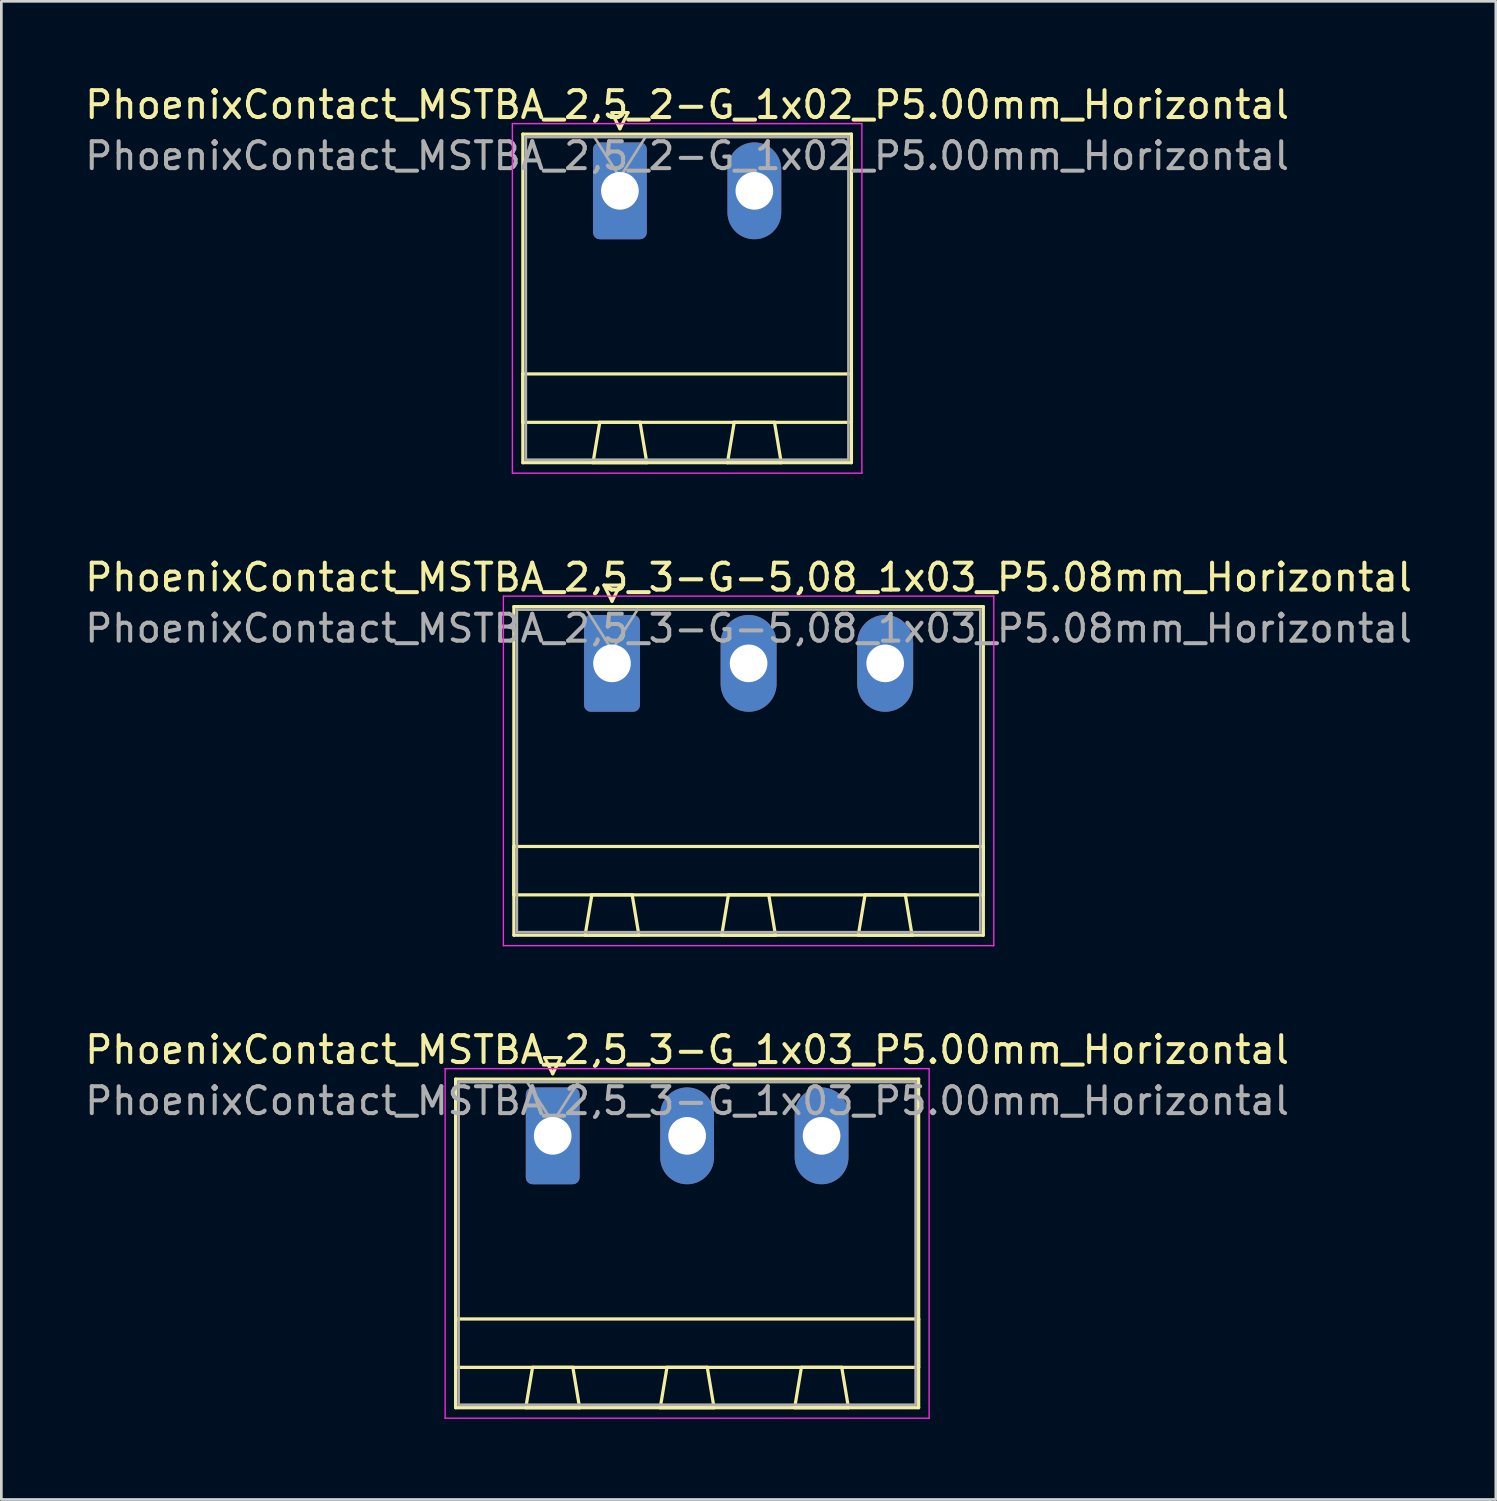
<source format=kicad_pcb>
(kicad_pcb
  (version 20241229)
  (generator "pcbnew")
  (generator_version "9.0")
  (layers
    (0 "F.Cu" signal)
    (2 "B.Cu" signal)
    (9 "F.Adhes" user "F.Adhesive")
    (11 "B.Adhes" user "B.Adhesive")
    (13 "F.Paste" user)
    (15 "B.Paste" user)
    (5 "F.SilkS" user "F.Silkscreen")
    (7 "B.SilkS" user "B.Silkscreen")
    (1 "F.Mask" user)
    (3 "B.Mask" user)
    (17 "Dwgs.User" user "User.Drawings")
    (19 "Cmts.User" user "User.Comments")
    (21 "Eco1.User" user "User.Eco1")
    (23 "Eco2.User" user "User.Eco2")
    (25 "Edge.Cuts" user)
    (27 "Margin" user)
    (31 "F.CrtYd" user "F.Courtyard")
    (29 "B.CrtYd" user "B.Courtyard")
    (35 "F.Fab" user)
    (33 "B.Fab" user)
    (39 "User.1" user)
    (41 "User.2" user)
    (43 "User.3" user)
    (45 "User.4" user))
  (footprint "PhoenixContact_MSTBA_2,5_3-G_1x03_P5.00mm_Horizontal"
    (layer "F.Cu")
    (at 17.506 39.195)
    (property "Reference" "PhoenixContact_MSTBA_2,5_3-G_1x03_P5.00mm_Horizontal" (at 5 -3.2 0) (layer "F.SilkS") (effects (font (size 1 1) (thickness 0.15))))
    (attr through_hole)
    (fp_line (start -3.61 -2.11) (end -3.61 10.11) (stroke (width 0.12) (type solid)) (layer "F.SilkS"))
    (fp_line (start -3.61 6.81) (end 13.61 6.81) (stroke (width 0.12) (type solid)) (layer "F.SilkS"))
    (fp_line (start -3.61 8.61) (end -3.61 6.81) (stroke (width 0.12) (type solid)) (layer "F.SilkS"))
    (fp_line (start -3.61 10.11) (end 13.61 10.11) (stroke (width 0.12) (type solid)) (layer "F.SilkS"))
    (fp_line (start -1 10.11) (end 1 10.11) (stroke (width 0.12) (type solid)) (layer "F.SilkS"))
    (fp_line (start -0.75 8.61) (end -1 10.11) (stroke (width 0.12) (type solid)) (layer "F.SilkS"))
    (fp_line (start -0.3 -2.91) (end 0.3 -2.91) (stroke (width 0.12) (type solid)) (layer "F.SilkS"))
    (fp_line (start 0 -2.31) (end -0.3 -2.91) (stroke (width 0.12) (type solid)) (layer "F.SilkS"))
    (fp_line (start 0.3 -2.91) (end 0 -2.31) (stroke (width 0.12) (type solid)) (layer "F.SilkS"))
    (fp_line (start 0.75 8.61) (end -0.75 8.61) (stroke (width 0.12) (type solid)) (layer "F.SilkS"))
    (fp_line (start 1 10.11) (end 0.75 8.61) (stroke (width 0.12) (type solid)) (layer "F.SilkS"))
    (fp_line (start 4 10.11) (end 6 10.11) (stroke (width 0.12) (type solid)) (layer "F.SilkS"))
    (fp_line (start 4.25 8.61) (end 4 10.11) (stroke (width 0.12) (type solid)) (layer "F.SilkS"))
    (fp_line (start 5.75 8.61) (end 4.25 8.61) (stroke (width 0.12) (type solid)) (layer "F.SilkS"))
    (fp_line (start 6 10.11) (end 5.75 8.61) (stroke (width 0.12) (type solid)) (layer "F.SilkS"))
    (fp_line (start 9 10.11) (end 11 10.11) (stroke (width 0.12) (type solid)) (layer "F.SilkS"))
    (fp_line (start 9.25 8.61) (end 9 10.11) (stroke (width 0.12) (type solid)) (layer "F.SilkS"))
    (fp_line (start 10.75 8.61) (end 9.25 8.61) (stroke (width 0.12) (type solid)) (layer "F.SilkS"))
    (fp_line (start 11 10.11) (end 10.75 8.61) (stroke (width 0.12) (type solid)) (layer "F.SilkS"))
    (fp_line (start 13.61 -2.11) (end -3.61 -2.11) (stroke (width 0.12) (type solid)) (layer "F.SilkS"))
    (fp_line (start 13.61 6.81) (end 13.61 8.61) (stroke (width 0.12) (type solid)) (layer "F.SilkS"))
    (fp_line (start 13.61 8.61) (end -3.61 8.61) (stroke (width 0.12) (type solid)) (layer "F.SilkS"))
    (fp_line (start 13.61 10.11) (end 13.61 -2.11) (stroke (width 0.12) (type solid)) (layer "F.SilkS"))
    (fp_line (start -4 -2.5) (end -4 10.5) (stroke (width 0.05) (type solid)) (layer "F.CrtYd"))
    (fp_line (start -4 10.5) (end 14 10.5) (stroke (width 0.05) (type solid)) (layer "F.CrtYd"))
    (fp_line (start 14 -2.5) (end -4 -2.5) (stroke (width 0.05) (type solid)) (layer "F.CrtYd"))
    (fp_line (start 14 10.5) (end 14 -2.5) (stroke (width 0.05) (type solid)) (layer "F.CrtYd"))
    (fp_line (start -3.5 -2) (end -3.5 10) (stroke (width 0.1) (type solid)) (layer "F.Fab"))
    (fp_line (start -3.5 10) (end 13.5 10) (stroke (width 0.1) (type solid)) (layer "F.Fab"))
    (fp_line (start 0 -0.5) (end -0.95 -2) (stroke (width 0.1) (type solid)) (layer "F.Fab"))
    (fp_line (start 0.95 -2) (end 0 -0.5) (stroke (width 0.1) (type solid)) (layer "F.Fab"))
    (fp_line (start 13.5 -2) (end -3.5 -2) (stroke (width 0.1) (type solid)) (layer "F.Fab"))
    (fp_line (start 13.5 10) (end 13.5 -2) (stroke (width 0.1) (type solid)) (layer "F.Fab"))
    (fp_text user "${REFERENCE}" (at 5 -1.3 0) (layer "F.Fab") (effects (font (size 1 1) (thickness 0.15))))
    (pad "1" thru_hole roundrect (at 0 0) (size 2 3.6) (drill 1.4) (layers "*.Cu" "*.Mask") (roundrect_rratio 0.125))
    (pad "2" thru_hole oval (at 5 0) (size 2 3.6) (drill 1.4) (layers "*.Cu" "*.Mask"))
    (pad "3" thru_hole oval (at 10 0) (size 2 3.6) (drill 1.4) (layers "*.Cu" "*.Mask")))
  (footprint "PhoenixContact_MSTBA_2,5_2-G_1x02_P5.00mm_Horizontal"
    (layer "F.Cu")
    (at 20.006 4.048)
    (property "Reference" "PhoenixContact_MSTBA_2,5_2-G_1x02_P5.00mm_Horizontal" (at 2.5 -3.2 0) (layer "F.SilkS") (effects (font (size 1 1) (thickness 0.15))))
    (attr through_hole)
    (fp_line (start -3.61 -2.11) (end -3.61 10.11) (stroke (width 0.12) (type solid)) (layer "F.SilkS"))
    (fp_line (start -3.61 6.81) (end 8.61 6.81) (stroke (width 0.12) (type solid)) (layer "F.SilkS"))
    (fp_line (start -3.61 8.61) (end -3.61 6.81) (stroke (width 0.12) (type solid)) (layer "F.SilkS"))
    (fp_line (start -3.61 10.11) (end 8.61 10.11) (stroke (width 0.12) (type solid)) (layer "F.SilkS"))
    (fp_line (start -1 10.11) (end 1 10.11) (stroke (width 0.12) (type solid)) (layer "F.SilkS"))
    (fp_line (start -0.75 8.61) (end -1 10.11) (stroke (width 0.12) (type solid)) (layer "F.SilkS"))
    (fp_line (start -0.3 -2.91) (end 0.3 -2.91) (stroke (width 0.12) (type solid)) (layer "F.SilkS"))
    (fp_line (start 0 -2.31) (end -0.3 -2.91) (stroke (width 0.12) (type solid)) (layer "F.SilkS"))
    (fp_line (start 0.3 -2.91) (end 0 -2.31) (stroke (width 0.12) (type solid)) (layer "F.SilkS"))
    (fp_line (start 0.75 8.61) (end -0.75 8.61) (stroke (width 0.12) (type solid)) (layer "F.SilkS"))
    (fp_line (start 1 10.11) (end 0.75 8.61) (stroke (width 0.12) (type solid)) (layer "F.SilkS"))
    (fp_line (start 4 10.11) (end 6 10.11) (stroke (width 0.12) (type solid)) (layer "F.SilkS"))
    (fp_line (start 4.25 8.61) (end 4 10.11) (stroke (width 0.12) (type solid)) (layer "F.SilkS"))
    (fp_line (start 5.75 8.61) (end 4.25 8.61) (stroke (width 0.12) (type solid)) (layer "F.SilkS"))
    (fp_line (start 6 10.11) (end 5.75 8.61) (stroke (width 0.12) (type solid)) (layer "F.SilkS"))
    (fp_line (start 8.61 -2.11) (end -3.61 -2.11) (stroke (width 0.12) (type solid)) (layer "F.SilkS"))
    (fp_line (start 8.61 6.81) (end 8.61 8.61) (stroke (width 0.12) (type solid)) (layer "F.SilkS"))
    (fp_line (start 8.61 8.61) (end -3.61 8.61) (stroke (width 0.12) (type solid)) (layer "F.SilkS"))
    (fp_line (start 8.61 10.11) (end 8.61 -2.11) (stroke (width 0.12) (type solid)) (layer "F.SilkS"))
    (fp_line (start -4 -2.5) (end -4 10.5) (stroke (width 0.05) (type solid)) (layer "F.CrtYd"))
    (fp_line (start -4 10.5) (end 9 10.5) (stroke (width 0.05) (type solid)) (layer "F.CrtYd"))
    (fp_line (start 9 -2.5) (end -4 -2.5) (stroke (width 0.05) (type solid)) (layer "F.CrtYd"))
    (fp_line (start 9 10.5) (end 9 -2.5) (stroke (width 0.05) (type solid)) (layer "F.CrtYd"))
    (fp_line (start -3.5 -2) (end -3.5 10) (stroke (width 0.1) (type solid)) (layer "F.Fab"))
    (fp_line (start -3.5 10) (end 8.5 10) (stroke (width 0.1) (type solid)) (layer "F.Fab"))
    (fp_line (start 0 -0.5) (end -0.95 -2) (stroke (width 0.1) (type solid)) (layer "F.Fab"))
    (fp_line (start 0.95 -2) (end 0 -0.5) (stroke (width 0.1) (type solid)) (layer "F.Fab"))
    (fp_line (start 8.5 -2) (end -3.5 -2) (stroke (width 0.1) (type solid)) (layer "F.Fab"))
    (fp_line (start 8.5 10) (end 8.5 -2) (stroke (width 0.1) (type solid)) (layer "F.Fab"))
    (fp_text user "${REFERENCE}" (at 2.5 -1.3 0) (layer "F.Fab") (effects (font (size 1 1) (thickness 0.15))))
    (pad "1" thru_hole roundrect (at 0 0) (size 2 3.6) (drill 1.4) (layers "*.Cu" "*.Mask") (roundrect_rratio 0.125))
    (pad "2" thru_hole oval (at 5 0) (size 2 3.6) (drill 1.4) (layers "*.Cu" "*.Mask")))
  (footprint "PhoenixContact_MSTBA_2,5_3-G-5,08_1x03_P5.08mm_Horizontal"
    (layer "F.Cu")
    (at 19.712 21.622)
    (property "Reference" "PhoenixContact_MSTBA_2,5_3-G-5,08_1x03_P5.08mm_Horizontal" (at 5.08 -3.2 0) (layer "F.SilkS") (effects (font (size 1 1) (thickness 0.15))))
    (attr through_hole)
    (fp_line (start -3.65 -2.11) (end -3.65 10.11) (stroke (width 0.12) (type solid)) (layer "F.SilkS"))
    (fp_line (start -3.65 6.81) (end 13.81 6.81) (stroke (width 0.12) (type solid)) (layer "F.SilkS"))
    (fp_line (start -3.65 8.61) (end -3.65 6.81) (stroke (width 0.12) (type solid)) (layer "F.SilkS"))
    (fp_line (start -3.65 10.11) (end 13.81 10.11) (stroke (width 0.12) (type solid)) (layer "F.SilkS"))
    (fp_line (start -1 10.11) (end 1 10.11) (stroke (width 0.12) (type solid)) (layer "F.SilkS"))
    (fp_line (start -0.75 8.61) (end -1 10.11) (stroke (width 0.12) (type solid)) (layer "F.SilkS"))
    (fp_line (start -0.3 -2.91) (end 0.3 -2.91) (stroke (width 0.12) (type solid)) (layer "F.SilkS"))
    (fp_line (start 0 -2.31) (end -0.3 -2.91) (stroke (width 0.12) (type solid)) (layer "F.SilkS"))
    (fp_line (start 0.3 -2.91) (end 0 -2.31) (stroke (width 0.12) (type solid)) (layer "F.SilkS"))
    (fp_line (start 0.75 8.61) (end -0.75 8.61) (stroke (width 0.12) (type solid)) (layer "F.SilkS"))
    (fp_line (start 1 10.11) (end 0.75 8.61) (stroke (width 0.12) (type solid)) (layer "F.SilkS"))
    (fp_line (start 4.08 10.11) (end 6.08 10.11) (stroke (width 0.12) (type solid)) (layer "F.SilkS"))
    (fp_line (start 4.33 8.61) (end 4.08 10.11) (stroke (width 0.12) (type solid)) (layer "F.SilkS"))
    (fp_line (start 5.83 8.61) (end 4.33 8.61) (stroke (width 0.12) (type solid)) (layer "F.SilkS"))
    (fp_line (start 6.08 10.11) (end 5.83 8.61) (stroke (width 0.12) (type solid)) (layer "F.SilkS"))
    (fp_line (start 9.16 10.11) (end 11.16 10.11) (stroke (width 0.12) (type solid)) (layer "F.SilkS"))
    (fp_line (start 9.41 8.61) (end 9.16 10.11) (stroke (width 0.12) (type solid)) (layer "F.SilkS"))
    (fp_line (start 10.91 8.61) (end 9.41 8.61) (stroke (width 0.12) (type solid)) (layer "F.SilkS"))
    (fp_line (start 11.16 10.11) (end 10.91 8.61) (stroke (width 0.12) (type solid)) (layer "F.SilkS"))
    (fp_line (start 13.81 -2.11) (end -3.65 -2.11) (stroke (width 0.12) (type solid)) (layer "F.SilkS"))
    (fp_line (start 13.81 6.81) (end 13.81 8.61) (stroke (width 0.12) (type solid)) (layer "F.SilkS"))
    (fp_line (start 13.81 8.61) (end -3.65 8.61) (stroke (width 0.12) (type solid)) (layer "F.SilkS"))
    (fp_line (start 13.81 10.11) (end 13.81 -2.11) (stroke (width 0.12) (type solid)) (layer "F.SilkS"))
    (fp_line (start -4.04 -2.5) (end -4.04 10.5) (stroke (width 0.05) (type solid)) (layer "F.CrtYd"))
    (fp_line (start -4.04 10.5) (end 14.2 10.5) (stroke (width 0.05) (type solid)) (layer "F.CrtYd"))
    (fp_line (start 14.2 -2.5) (end -4.04 -2.5) (stroke (width 0.05) (type solid)) (layer "F.CrtYd"))
    (fp_line (start 14.2 10.5) (end 14.2 -2.5) (stroke (width 0.05) (type solid)) (layer "F.CrtYd"))
    (fp_line (start -3.54 -2) (end -3.54 10) (stroke (width 0.1) (type solid)) (layer "F.Fab"))
    (fp_line (start -3.54 10) (end 13.7 10) (stroke (width 0.1) (type solid)) (layer "F.Fab"))
    (fp_line (start 0 -0.5) (end -0.95 -2) (stroke (width 0.1) (type solid)) (layer "F.Fab"))
    (fp_line (start 0.95 -2) (end 0 -0.5) (stroke (width 0.1) (type solid)) (layer "F.Fab"))
    (fp_line (start 13.7 -2) (end -3.54 -2) (stroke (width 0.1) (type solid)) (layer "F.Fab"))
    (fp_line (start 13.7 10) (end 13.7 -2) (stroke (width 0.1) (type solid)) (layer "F.Fab"))
    (fp_text user "${REFERENCE}" (at 5.08 -1.3 0) (layer "F.Fab") (effects (font (size 1 1) (thickness 0.15))))
    (pad "1" thru_hole roundrect (at 0 0) (size 2.08 3.6) (drill 1.4) (layers "*.Cu" "*.Mask") (roundrect_rratio 0.12))
    (pad "2" thru_hole oval (at 5.08 0) (size 2.08 3.6) (drill 1.4) (layers "*.Cu" "*.Mask"))
    (pad "3" thru_hole oval (at 10.16 0) (size 2.08 3.6) (drill 1.4) (layers "*.Cu" "*.Mask")))
  (gr_rect
    (start -3 -3)
    (end 52.583 52.72)
    (stroke (width 0.1) (type default))
    (fill no)
    (layer "Edge.Cuts")))
</source>
